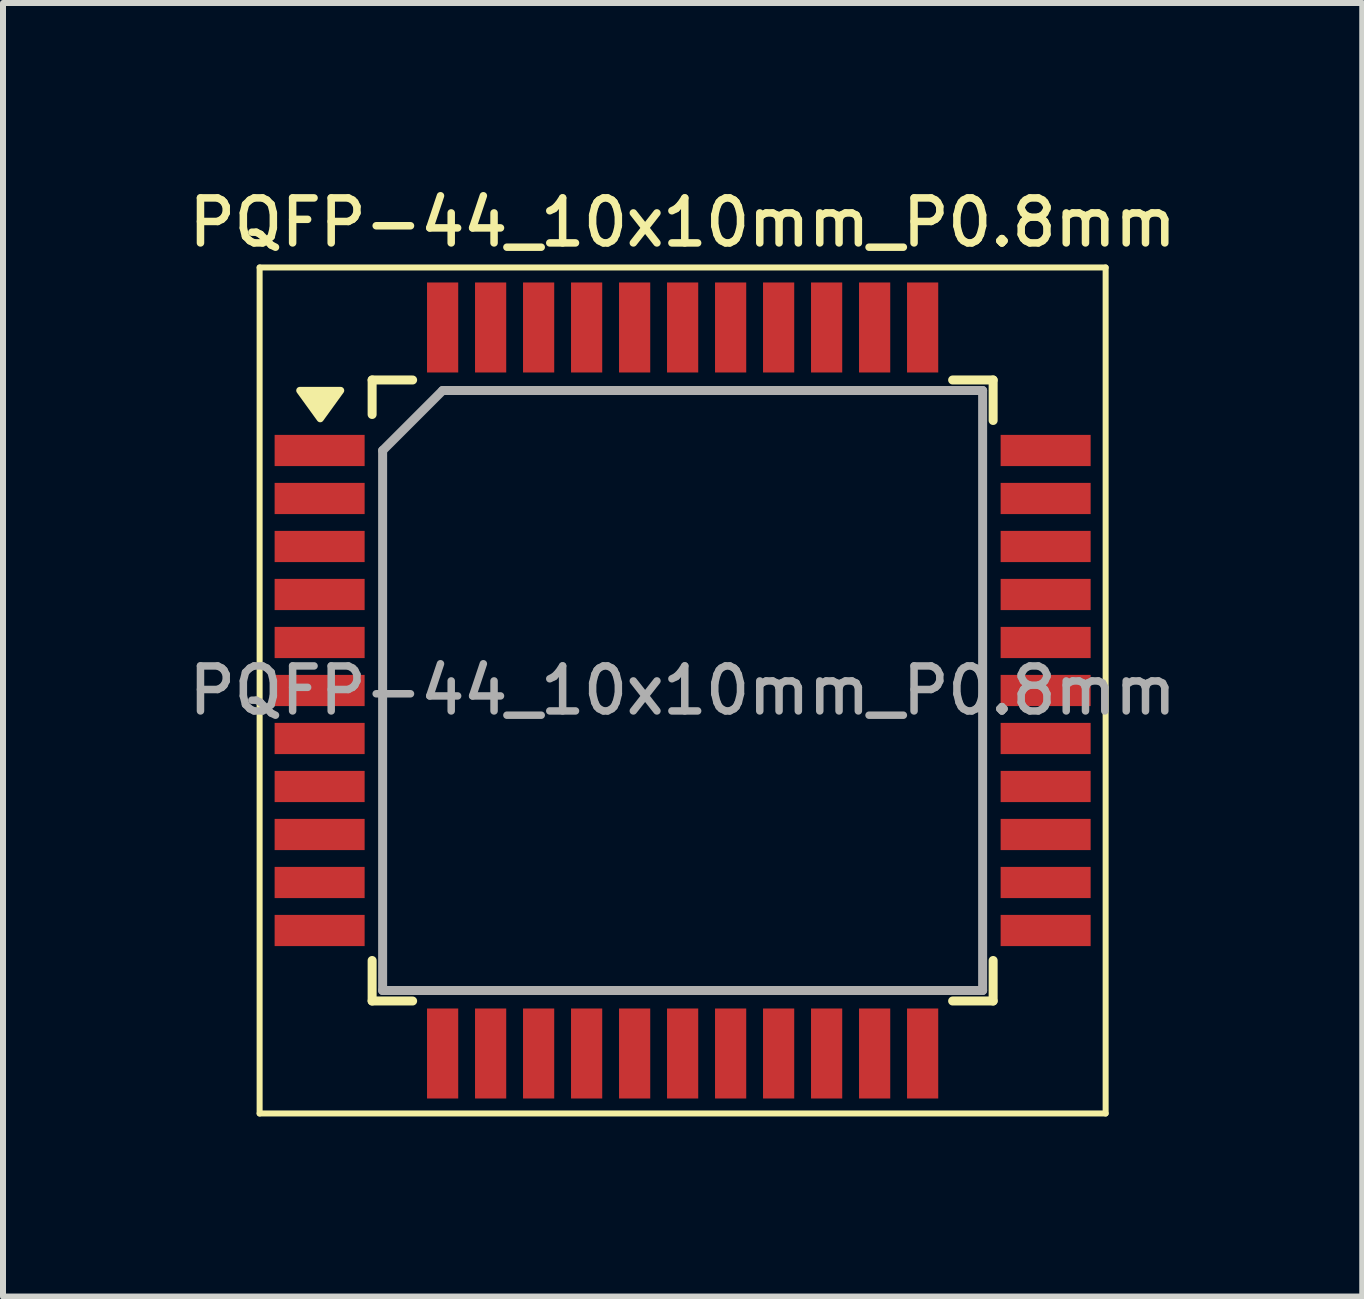
<source format=kicad_pcb>
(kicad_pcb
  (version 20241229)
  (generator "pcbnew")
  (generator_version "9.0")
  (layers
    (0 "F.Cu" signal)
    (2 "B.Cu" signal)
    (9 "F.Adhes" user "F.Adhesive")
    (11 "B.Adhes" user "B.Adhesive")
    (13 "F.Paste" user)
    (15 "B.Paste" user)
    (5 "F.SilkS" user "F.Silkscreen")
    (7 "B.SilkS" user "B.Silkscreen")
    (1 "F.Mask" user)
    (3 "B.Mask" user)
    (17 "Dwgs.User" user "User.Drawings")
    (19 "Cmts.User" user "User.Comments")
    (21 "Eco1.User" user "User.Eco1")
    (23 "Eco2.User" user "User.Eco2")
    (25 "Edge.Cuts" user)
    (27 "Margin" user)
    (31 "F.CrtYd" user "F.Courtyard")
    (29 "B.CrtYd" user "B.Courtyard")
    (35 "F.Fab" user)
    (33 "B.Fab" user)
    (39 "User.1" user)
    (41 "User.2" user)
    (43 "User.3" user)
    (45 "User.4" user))
  (footprint "PQFP-44_10x10mm_P0.8mm"
    (layer "F.Cu")
    (at 8.327 8.458)
    (property "Reference" "PQFP-44_10x10mm_P0.8mm" (at 0 -7.8 0) (layer "F.SilkS") (effects (font (size 0.75 0.75) (thickness 0.125))))
    (attr smd)
    (fp_line (start -7.05 -7.05) (end -7.05 7.05) (stroke (width 0.1) (type solid)) (layer "F.SilkS"))
    (fp_line (start -7.05 -7.05) (end 7.05 -7.05) (stroke (width 0.1) (type solid)) (layer "F.SilkS"))
    (fp_line (start -7.05 7.05) (end 7.05 7.05) (stroke (width 0.1) (type solid)) (layer "F.SilkS"))
    (fp_line (start -5.175 -5.175) (end -5.175 -4.6) (stroke (width 0.15) (type solid)) (layer "F.SilkS"))
    (fp_line (start -5.175 -5.175) (end -4.5 -5.175) (stroke (width 0.15) (type solid)) (layer "F.SilkS"))
    (fp_line (start -5.175 5.175) (end -5.175 4.5) (stroke (width 0.15) (type solid)) (layer "F.SilkS"))
    (fp_line (start -5.175 5.175) (end -4.5 5.175) (stroke (width 0.15) (type solid)) (layer "F.SilkS"))
    (fp_line (start 5.175 -5.175) (end 4.5 -5.175) (stroke (width 0.15) (type solid)) (layer "F.SilkS"))
    (fp_line (start 5.175 -5.175) (end 5.175 -4.5) (stroke (width 0.15) (type solid)) (layer "F.SilkS"))
    (fp_line (start 5.175 5.175) (end 4.5 5.175) (stroke (width 0.15) (type solid)) (layer "F.SilkS"))
    (fp_line (start 5.175 5.175) (end 5.175 4.5) (stroke (width 0.15) (type solid)) (layer "F.SilkS"))
    (fp_line (start 7.05 -7.05) (end 7.05 7.05) (stroke (width 0.1) (type solid)) (layer "F.SilkS"))
    (fp_poly (pts (xy -6.04 -4.53) (xy -6.38 -5) (xy -5.7 -5) (xy -6.04 -4.53)) (stroke (width 0.12) (type solid)) (fill yes) (layer "F.SilkS"))
    (fp_line (start -5 -4) (end -4 -5) (stroke (width 0.15) (type solid)) (layer "F.Fab"))
    (fp_line (start -5 5) (end -5 -4) (stroke (width 0.15) (type solid)) (layer "F.Fab"))
    (fp_line (start -4 -5) (end 5 -5) (stroke (width 0.15) (type solid)) (layer "F.Fab"))
    (fp_line (start 5 -5) (end 5 5) (stroke (width 0.15) (type solid)) (layer "F.Fab"))
    (fp_line (start 5 5) (end -5 5) (stroke (width 0.15) (type solid)) (layer "F.Fab"))
    (fp_text user "${REFERENCE}" (at 0 0 0) (layer "F.Fab") (effects (font (size 0.75 0.75) (thickness 0.125))))
    (pad "1" smd rect (at -6.05 -4) (size 1.5 0.52) (layers "F.Cu" "F.Mask" "F.Paste"))
    (pad "2" smd rect (at -6.05 -3.2) (size 1.5 0.52) (layers "F.Cu" "F.Mask" "F.Paste"))
    (pad "3" smd rect (at -6.05 -2.4) (size 1.5 0.52) (layers "F.Cu" "F.Mask" "F.Paste"))
    (pad "4" smd rect (at -6.05 -1.6) (size 1.5 0.52) (layers "F.Cu" "F.Mask" "F.Paste"))
    (pad "5" smd rect (at -6.05 -0.8) (size 1.5 0.52) (layers "F.Cu" "F.Mask" "F.Paste"))
    (pad "6" smd rect (at -6.05 0) (size 1.5 0.52) (layers "F.Cu" "F.Mask" "F.Paste"))
    (pad "7" smd rect (at -6.05 0.8) (size 1.5 0.52) (layers "F.Cu" "F.Mask" "F.Paste"))
    (pad "8" smd rect (at -6.05 1.6) (size 1.5 0.52) (layers "F.Cu" "F.Mask" "F.Paste"))
    (pad "9" smd rect (at -6.05 2.4) (size 1.5 0.52) (layers "F.Cu" "F.Mask" "F.Paste"))
    (pad "10" smd rect (at -6.05 3.2) (size 1.5 0.52) (layers "F.Cu" "F.Mask" "F.Paste"))
    (pad "11" smd rect (at -6.05 4) (size 1.5 0.52) (layers "F.Cu" "F.Mask" "F.Paste"))
    (pad "12" smd rect (at -4 6.05) (size 0.52 1.5) (layers "F.Cu" "F.Mask" "F.Paste"))
    (pad "13" smd rect (at -3.2 6.05) (size 0.52 1.5) (layers "F.Cu" "F.Mask" "F.Paste"))
    (pad "14" smd rect (at -2.4 6.05) (size 0.52 1.5) (layers "F.Cu" "F.Mask" "F.Paste"))
    (pad "15" smd rect (at -1.6 6.05) (size 0.52 1.5) (layers "F.Cu" "F.Mask" "F.Paste"))
    (pad "16" smd rect (at -0.8 6.05) (size 0.52 1.5) (layers "F.Cu" "F.Mask" "F.Paste"))
    (pad "17" smd rect (at 0 6.05) (size 0.52 1.5) (layers "F.Cu" "F.Mask" "F.Paste"))
    (pad "18" smd rect (at 0.8 6.05) (size 0.52 1.5) (layers "F.Cu" "F.Mask" "F.Paste"))
    (pad "19" smd rect (at 1.6 6.05) (size 0.52 1.5) (layers "F.Cu" "F.Mask" "F.Paste"))
    (pad "20" smd rect (at 2.4 6.05) (size 0.52 1.5) (layers "F.Cu" "F.Mask" "F.Paste"))
    (pad "21" smd rect (at 3.2 6.05) (size 0.52 1.5) (layers "F.Cu" "F.Mask" "F.Paste"))
    (pad "22" smd rect (at 4 6.05) (size 0.52 1.5) (layers "F.Cu" "F.Mask" "F.Paste"))
    (pad "23" smd rect (at 6.05 4) (size 1.5 0.52) (layers "F.Cu" "F.Mask" "F.Paste"))
    (pad "24" smd rect (at 6.05 3.2) (size 1.5 0.52) (layers "F.Cu" "F.Mask" "F.Paste"))
    (pad "25" smd rect (at 6.05 2.4) (size 1.5 0.52) (layers "F.Cu" "F.Mask" "F.Paste"))
    (pad "26" smd rect (at 6.05 1.6) (size 1.5 0.52) (layers "F.Cu" "F.Mask" "F.Paste"))
    (pad "27" smd rect (at 6.05 0.8) (size 1.5 0.52) (layers "F.Cu" "F.Mask" "F.Paste"))
    (pad "28" smd rect (at 6.05 0) (size 1.5 0.52) (layers "F.Cu" "F.Mask" "F.Paste"))
    (pad "29" smd rect (at 6.05 -0.8) (size 1.5 0.52) (layers "F.Cu" "F.Mask" "F.Paste"))
    (pad "30" smd rect (at 6.05 -1.6) (size 1.5 0.52) (layers "F.Cu" "F.Mask" "F.Paste"))
    (pad "31" smd rect (at 6.05 -2.4) (size 1.5 0.52) (layers "F.Cu" "F.Mask" "F.Paste"))
    (pad "32" smd rect (at 6.05 -3.2) (size 1.5 0.52) (layers "F.Cu" "F.Mask" "F.Paste"))
    (pad "33" smd rect (at 6.05 -4) (size 1.5 0.52) (layers "F.Cu" "F.Mask" "F.Paste"))
    (pad "34" smd rect (at 4 -6.05) (size 0.52 1.5) (layers "F.Cu" "F.Mask" "F.Paste"))
    (pad "35" smd rect (at 3.2 -6.05) (size 0.52 1.5) (layers "F.Cu" "F.Mask" "F.Paste"))
    (pad "36" smd rect (at 2.4 -6.05) (size 0.52 1.5) (layers "F.Cu" "F.Mask" "F.Paste"))
    (pad "37" smd rect (at 1.6 -6.05) (size 0.52 1.5) (layers "F.Cu" "F.Mask" "F.Paste"))
    (pad "38" smd rect (at 0.8 -6.05) (size 0.52 1.5) (layers "F.Cu" "F.Mask" "F.Paste"))
    (pad "39" smd rect (at 0 -6.05) (size 0.52 1.5) (layers "F.Cu" "F.Mask" "F.Paste"))
    (pad "40" smd rect (at -0.8 -6.05) (size 0.52 1.5) (layers "F.Cu" "F.Mask" "F.Paste"))
    (pad "41" smd rect (at -1.6 -6.05) (size 0.52 1.5) (layers "F.Cu" "F.Mask" "F.Paste"))
    (pad "42" smd rect (at -2.4 -6.05) (size 0.52 1.5) (layers "F.Cu" "F.Mask" "F.Paste"))
    (pad "43" smd rect (at -3.2 -6.05) (size 0.52 1.5) (layers "F.Cu" "F.Mask" "F.Paste"))
    (pad "44" smd rect (at -4 -6.05) (size 0.52 1.5) (layers "F.Cu" "F.Mask" "F.Paste")))
  (gr_rect
    (start -3 -3)
    (end 19.654 18.558)
    (stroke (width 0.1) (type default))
    (fill no)
    (layer "Edge.Cuts")))
</source>
